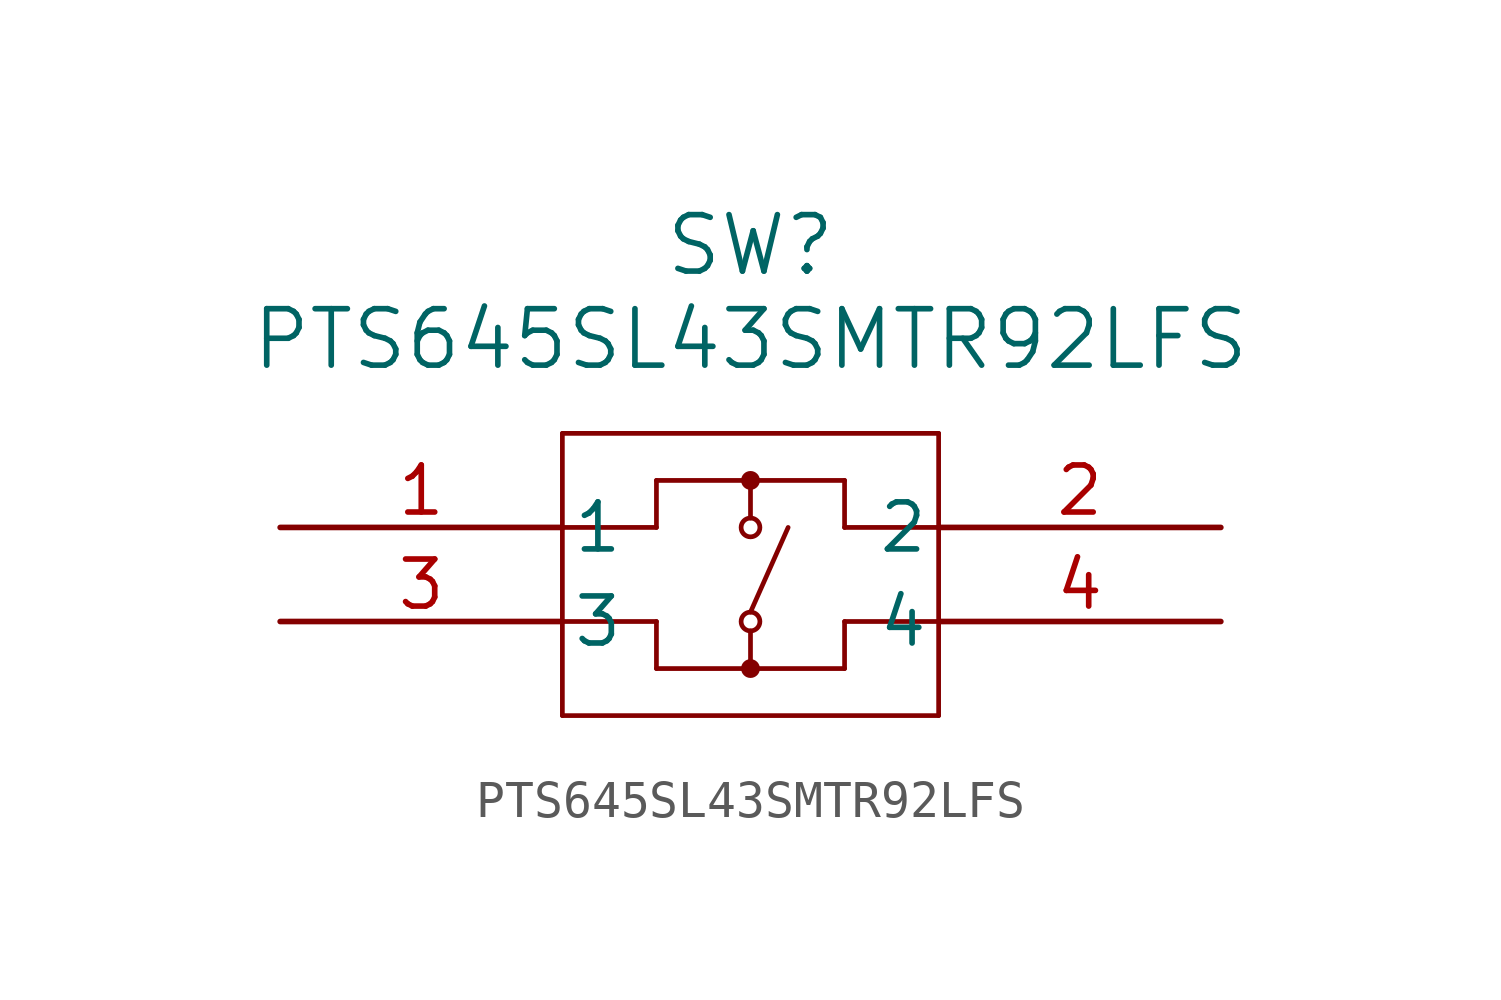
<source format=kicad_sym>
(kicad_symbol_lib
  (version 20220914)
  (generator kicad_symbol_editor)
  (symbol "PTS645SL43SMTR92LFS"
    (pin_names
      (offset 0.254))
    (property "Reference" "SW"
      (at 12.7 7.62 0)
      (effects (font (size 1.524 1.524))))
    (property "Value" "PTS645SL43SMTR92LFS"
      (at 12.7 5.08 0)
      (effects (font (size 1.524 1.524))))
    (property "ki_locked" ""
      (at 0 0 0)
      (effects (font (size 1.27 1.27))))
    (symbol "PTS645SL43SMTR92LFS_1_1"
      (polyline (pts (xy 7.62 -5.08) (xy 17.78 -5.08)) (stroke (width 0.127) (type default)) (fill (type none)))
      (polyline (pts (xy 7.62 0) (xy 10.16 0)) (stroke (width 0.127) (type default)) (fill (type none)))
      (polyline (pts (xy 7.62 2.54) (xy 7.62 -5.08)) (stroke (width 0.127) (type default)) (fill (type none)))
      (polyline (pts (xy 10.16 -3.81) (xy 10.16 -2.54)) (stroke (width 0.127) (type default)) (fill (type none)))
      (polyline (pts (xy 10.16 -2.54) (xy 7.62 -2.54)) (stroke (width 0.127) (type default)) (fill (type none)))
      (polyline (pts (xy 10.16 0) (xy 10.16 1.27)) (stroke (width 0.127) (type default)) (fill (type none)))
      (polyline (pts (xy 10.16 1.27) (xy 15.24 1.27)) (stroke (width 0.127) (type default)) (fill (type none)))
      (polyline (pts (xy 12.7 -2.794) (xy 12.7 -3.81)) (stroke (width 0.127) (type default)) (fill (type none)))
      (polyline (pts (xy 12.7 1.27) (xy 12.7 0.254)) (stroke (width 0.127) (type default)) (fill (type none)))
      (polyline (pts (xy 13.716 0) (xy 12.7 -2.286)) (stroke (width 0.127) (type default)) (fill (type none)))
      (polyline (pts (xy 15.24 -3.81) (xy 10.16 -3.81)) (stroke (width 0.127) (type default)) (fill (type none)))
      (polyline (pts (xy 15.24 -2.54) (xy 15.24 -3.81)) (stroke (width 0.127) (type default)) (fill (type none)))
      (polyline (pts (xy 15.24 0) (xy 17.78 0)) (stroke (width 0.127) (type default)) (fill (type none)))
      (polyline (pts (xy 15.24 1.27) (xy 15.24 0)) (stroke (width 0.127) (type default)) (fill (type none)))
      (polyline (pts (xy 17.78 -5.08) (xy 17.78 2.54)) (stroke (width 0.127) (type default)) (fill (type none)))
      (polyline (pts (xy 17.78 -2.54) (xy 15.24 -2.54)) (stroke (width 0.127) (type default)) (fill (type none)))
      (polyline (pts (xy 17.78 2.54) (xy 7.62 2.54)) (stroke (width 0.127) (type default)) (fill (type none)))
      (circle (center 12.7 -3.81) (radius 0.127) (stroke (width 0.254) (type default)) (fill (type none)))
      (circle (center 12.7 -2.54) (radius 0.254) (stroke (width 0.127) (type default)) (fill (type none)))
      (circle (center 12.7 0) (radius 0.254) (stroke (width 0.127) (type default)) (fill (type none)))
      (circle (center 12.7 1.27) (radius 0.127) (stroke (width 0.254) (type default)) (fill (type none)))
      (pin unspecified line (at 0 0 0) (length 7.62) (name "1" (effects (font (size 1.27 1.27)))) (number "1" (effects (font (size 1.27 1.27)))))
      (pin unspecified line (at 25.4 0 180) (length 7.62) (name "2" (effects (font (size 1.27 1.27)))) (number "2" (effects (font (size 1.27 1.27)))))
      (pin unspecified line (at 0 -2.54 0) (length 7.62) (name "3" (effects (font (size 1.27 1.27)))) (number "3" (effects (font (size 1.27 1.27)))))
      (pin unspecified line (at 25.4 -2.54 180) (length 7.62) (name "4" (effects (font (size 1.27 1.27)))) (number "4" (effects (font (size 1.27 1.27))))))))
</source>
